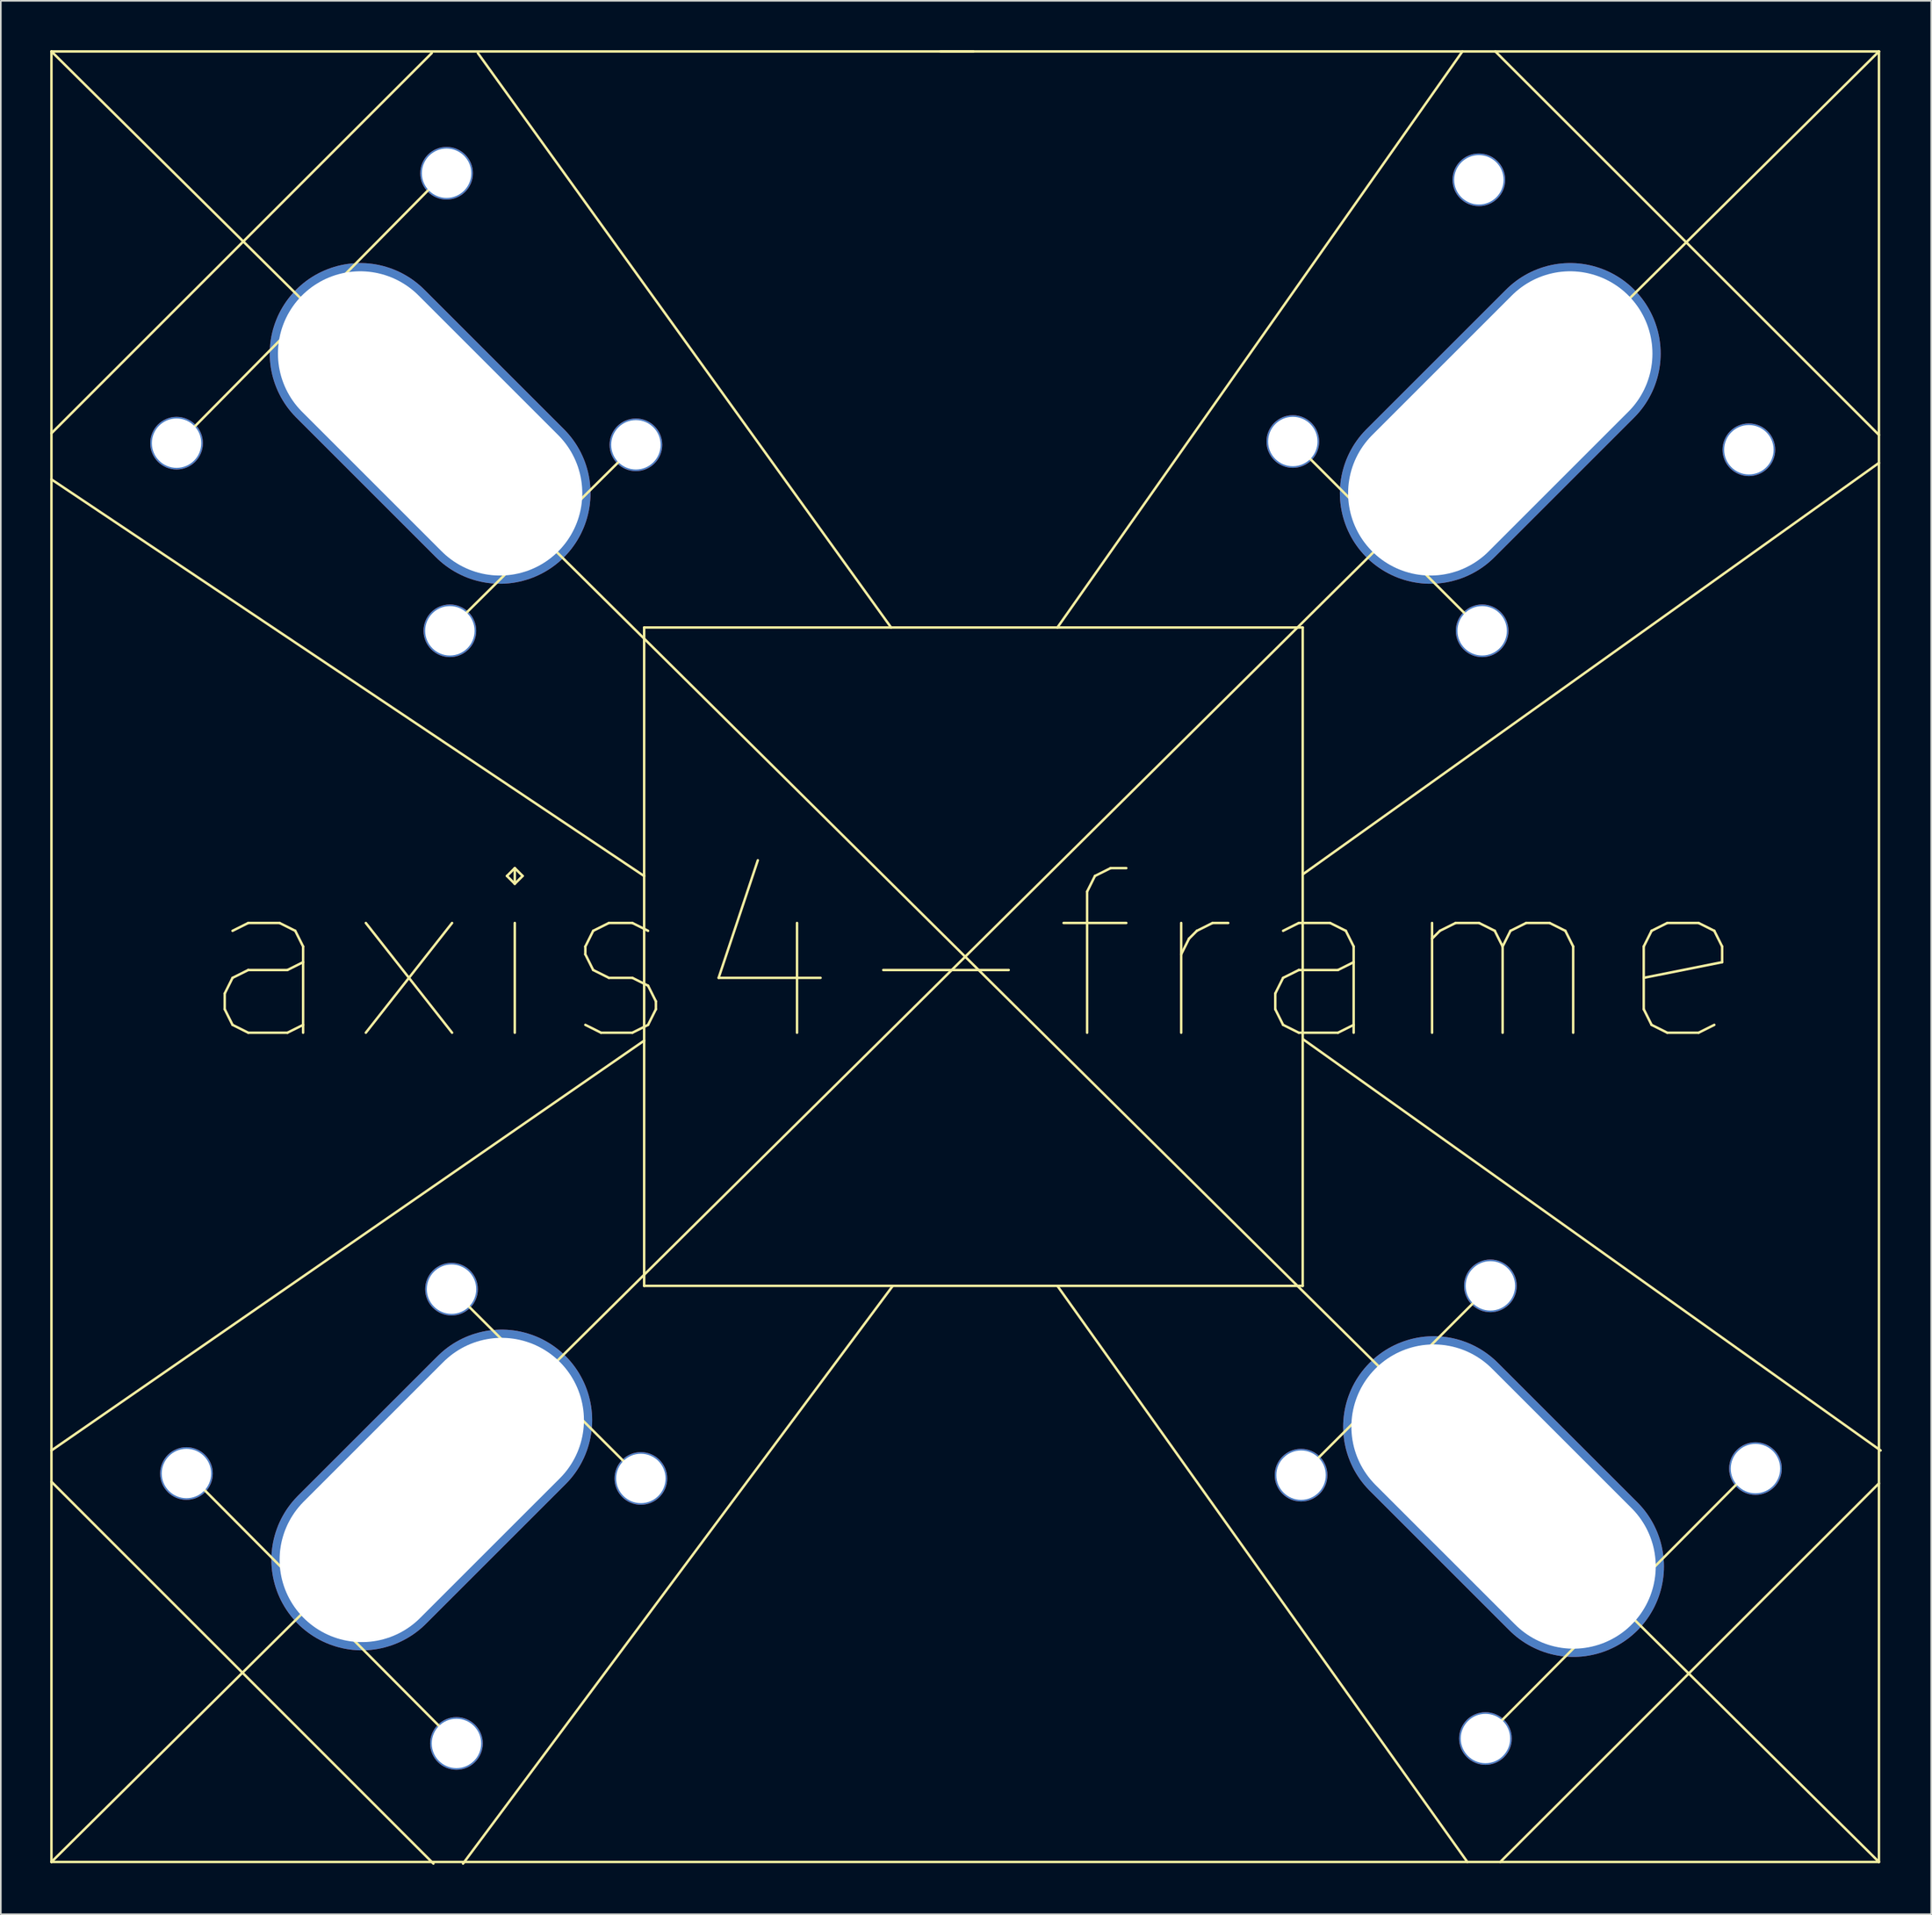
<source format=kicad_pcb>
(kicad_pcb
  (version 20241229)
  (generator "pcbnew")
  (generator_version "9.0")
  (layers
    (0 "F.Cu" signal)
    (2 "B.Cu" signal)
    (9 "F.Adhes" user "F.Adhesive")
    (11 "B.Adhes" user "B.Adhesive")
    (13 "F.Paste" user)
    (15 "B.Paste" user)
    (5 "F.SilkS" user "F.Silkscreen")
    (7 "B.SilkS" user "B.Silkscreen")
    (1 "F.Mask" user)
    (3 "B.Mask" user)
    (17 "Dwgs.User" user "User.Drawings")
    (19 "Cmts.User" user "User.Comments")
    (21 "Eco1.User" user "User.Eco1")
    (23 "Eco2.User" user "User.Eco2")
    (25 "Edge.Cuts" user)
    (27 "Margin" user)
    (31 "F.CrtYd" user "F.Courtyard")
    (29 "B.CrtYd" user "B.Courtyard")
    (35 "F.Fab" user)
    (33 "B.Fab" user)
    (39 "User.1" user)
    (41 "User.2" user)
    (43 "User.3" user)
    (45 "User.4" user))
  (footprint "axis4-frame"
    (layer "F.Cu")
    (at 55.575 55.075)
    (property "Reference" "axis4-frame" (at 0.5 0 0) (layer "F.SilkS") (effects (font (size 10 10) (thickness 0.15))))
    (attr through_hole)
    (fp_line (start -55.5 -55) (end -55.5 55) (stroke (width 0.15) (type solid)) (layer "F.SilkS"))
    (fp_line (start -55.5 -55) (end 55.5 55) (stroke (width 0.15) (type solid)) (layer "F.SilkS"))
    (fp_line (start -55.5 -29) (end -19.5 -4.9) (stroke (width 0.15) (type solid)) (layer "F.SilkS"))
    (fp_line (start -55.5 30) (end -19.5 5.1) (stroke (width 0.15) (type solid)) (layer "F.SilkS"))
    (fp_line (start -55.5 55) (end 55.5 55) (stroke (width 0.15) (type solid)) (layer "F.SilkS"))
    (fp_line (start -47.8 -31.2) (end -31.5 -47.7) (stroke (width 0.15) (type solid)) (layer "F.SilkS"))
    (fp_line (start -47.3 31.3) (end -30.8 47.9) (stroke (width 0.15) (type solid)) (layer "F.SilkS"))
    (fp_line (start -32.4 -54.9) (end -55.5 -31.8) (stroke (width 0.15) (type solid)) (layer "F.SilkS"))
    (fp_line (start -32.3 55.1) (end -55.5 31.9) (stroke (width 0.15) (type solid)) (layer "F.SilkS"))
    (fp_line (start -31.2 20.2) (end -19.7 31.7) (stroke (width 0.15) (type solid)) (layer "F.SilkS"))
    (fp_line (start -30.5 55.1) (end -4.4 20) (stroke (width 0.15) (type solid)) (layer "F.SilkS"))
    (fp_line (start -29.6 -54.9) (end -4.5 -20) (stroke (width 0.15) (type solid)) (layer "F.SilkS"))
    (fp_line (start -20 -31.1) (end -31.3 -19.9) (stroke (width 0.15) (type solid)) (layer "F.SilkS"))
    (fp_line (start -19.5 -20) (end -19.5 20) (stroke (width 0.15) (type solid)) (layer "F.SilkS"))
    (fp_line (start -19.5 -20) (end 20.5 -20) (stroke (width 0.15) (type solid)) (layer "F.SilkS"))
    (fp_line (start -19.5 20) (end 20.5 20) (stroke (width 0.15) (type solid)) (layer "F.SilkS"))
    (fp_line (start 0.5 -55) (end -55.5 -55) (stroke (width 0.15) (type solid)) (layer "F.SilkS"))
    (fp_line (start 20.4 31.5) (end 31.9 20) (stroke (width 0.15) (type solid)) (layer "F.SilkS"))
    (fp_line (start 20.5 -20) (end 20.5 20) (stroke (width 0.15) (type solid)) (layer "F.SilkS"))
    (fp_line (start 30.2 -55) (end 5.6 -20) (stroke (width 0.15) (type solid)) (layer "F.SilkS"))
    (fp_line (start 30.5 55) (end 5.6 20) (stroke (width 0.15) (type solid)) (layer "F.SilkS"))
    (fp_line (start 31.4 -19.8) (end 19.9 -31.3) (stroke (width 0.15) (type solid)) (layer "F.SilkS"))
    (fp_line (start 31.6 47.4) (end 48 30.9) (stroke (width 0.15) (type solid)) (layer "F.SilkS"))
    (fp_line (start 32.2 -55) (end 55.5 -31.7) (stroke (width 0.15) (type solid)) (layer "F.SilkS"))
    (fp_line (start 55.5 -55) (end -55.5 55) (stroke (width 0.15) (type solid)) (layer "F.SilkS"))
    (fp_line (start 55.5 -55) (end -1.5 -55) (stroke (width 0.15) (type solid)) (layer "F.SilkS"))
    (fp_line (start 55.5 -30) (end 20.5 -5) (stroke (width 0.15) (type solid)) (layer "F.SilkS"))
    (fp_line (start 55.5 32) (end 32.5 55) (stroke (width 0.15) (type solid)) (layer "F.SilkS"))
    (fp_line (start 55.5 55) (end 55.5 -55) (stroke (width 0.15) (type solid)) (layer "F.SilkS"))
    (fp_line (start 55.6 30) (end 20.5 5) (stroke (width 0.15) (type solid)) (layer "F.SilkS"))
    (pad "1" thru_hole circle (at 31.2 -47.2) (size 3.2 3.2) (drill 3) (layers "*.Cu" "*.Mask"))
    (pad "2" thru_hole circle (at 47.6 -30.8) (size 3.2 3.2) (drill 3) (layers "*.Cu" "*.Mask"))
    (pad "3" thru_hole circle (at -47.3 31.4) (size 3.2 3.2) (drill 3) (layers "*.Cu" "*.Mask"))
    (pad "4" thru_hole circle (at -30.9 47.8) (size 3.2 3.2) (drill 3) (layers "*.Cu" "*.Mask"))
    (pad "5" thru_hole circle (at -47.9 -31.2 90) (size 3.2 3.2) (drill 3) (layers "*.Cu" "*.Mask"))
    (pad "6" thru_hole circle (at -31.5 -47.6 90) (size 3.2 3.2) (drill 3) (layers "*.Cu" "*.Mask"))
    (pad "7" thru_hole circle (at 48 31.1 90) (size 3.2 3.2) (drill 3) (layers "*.Cu" "*.Mask"))
    (pad "8" thru_hole circle (at 31.6 47.5 90) (size 3.2 3.2) (drill 3) (layers "*.Cu" "*.Mask"))
    (pad "9" thru_hole circle (at -31.2 20.2) (size 3.2 3.2) (drill 3) (layers "*.Cu" "*.Mask"))
    (pad "10" thru_hole circle (at -19.7 31.7) (size 3.2 3.2) (drill 3) (layers "*.Cu" "*.Mask"))
    (pad "11" thru_hole circle (at 20.4 31.5 90) (size 3.2 3.2) (drill 3) (layers "*.Cu" "*.Mask"))
    (pad "12" thru_hole circle (at 31.9 20 90) (size 3.2 3.2) (drill 3) (layers "*.Cu" "*.Mask"))
    (pad "13" thru_hole circle (at 31.4 -19.8 180) (size 3.2 3.2) (drill 3) (layers "*.Cu" "*.Mask"))
    (pad "14" thru_hole circle (at 19.9 -31.3 180) (size 3.2 3.2) (drill 3) (layers "*.Cu" "*.Mask"))
    (pad "15" thru_hole circle (at -20 -31.1 270) (size 3.2 3.2) (drill 3) (layers "*.Cu" "*.Mask"))
    (pad "16" thru_hole circle (at -31.3 -19.8 270) (size 3.2 3.2) (drill 3) (layers "*.Cu" "*.Mask"))
    (pad "17" thru_hole oval (at 32.5 -32.4 45) (size 23 11) (drill oval 22 10) (layers "*.Cu" "*.Mask"))
    (pad "18" thru_hole oval (at -32.5 -32.4 135) (size 23 11) (drill oval 22 10) (layers "*.Cu" "*.Mask"))
    (pad "19" thru_hole oval (at -32.4 32.4 225) (size 23 11) (drill oval 22 10) (layers "*.Cu" "*.Mask"))
    (pad "20" thru_hole oval (at 32.7 32.8 315) (size 23 11) (drill oval 22 10) (layers "*.Cu" "*.Mask")))
  (gr_rect
    (start -3 -3)
    (end 114.25 113.25)
    (stroke (width 0.1) (type default))
    (fill no)
    (layer "Edge.Cuts")))
</source>
